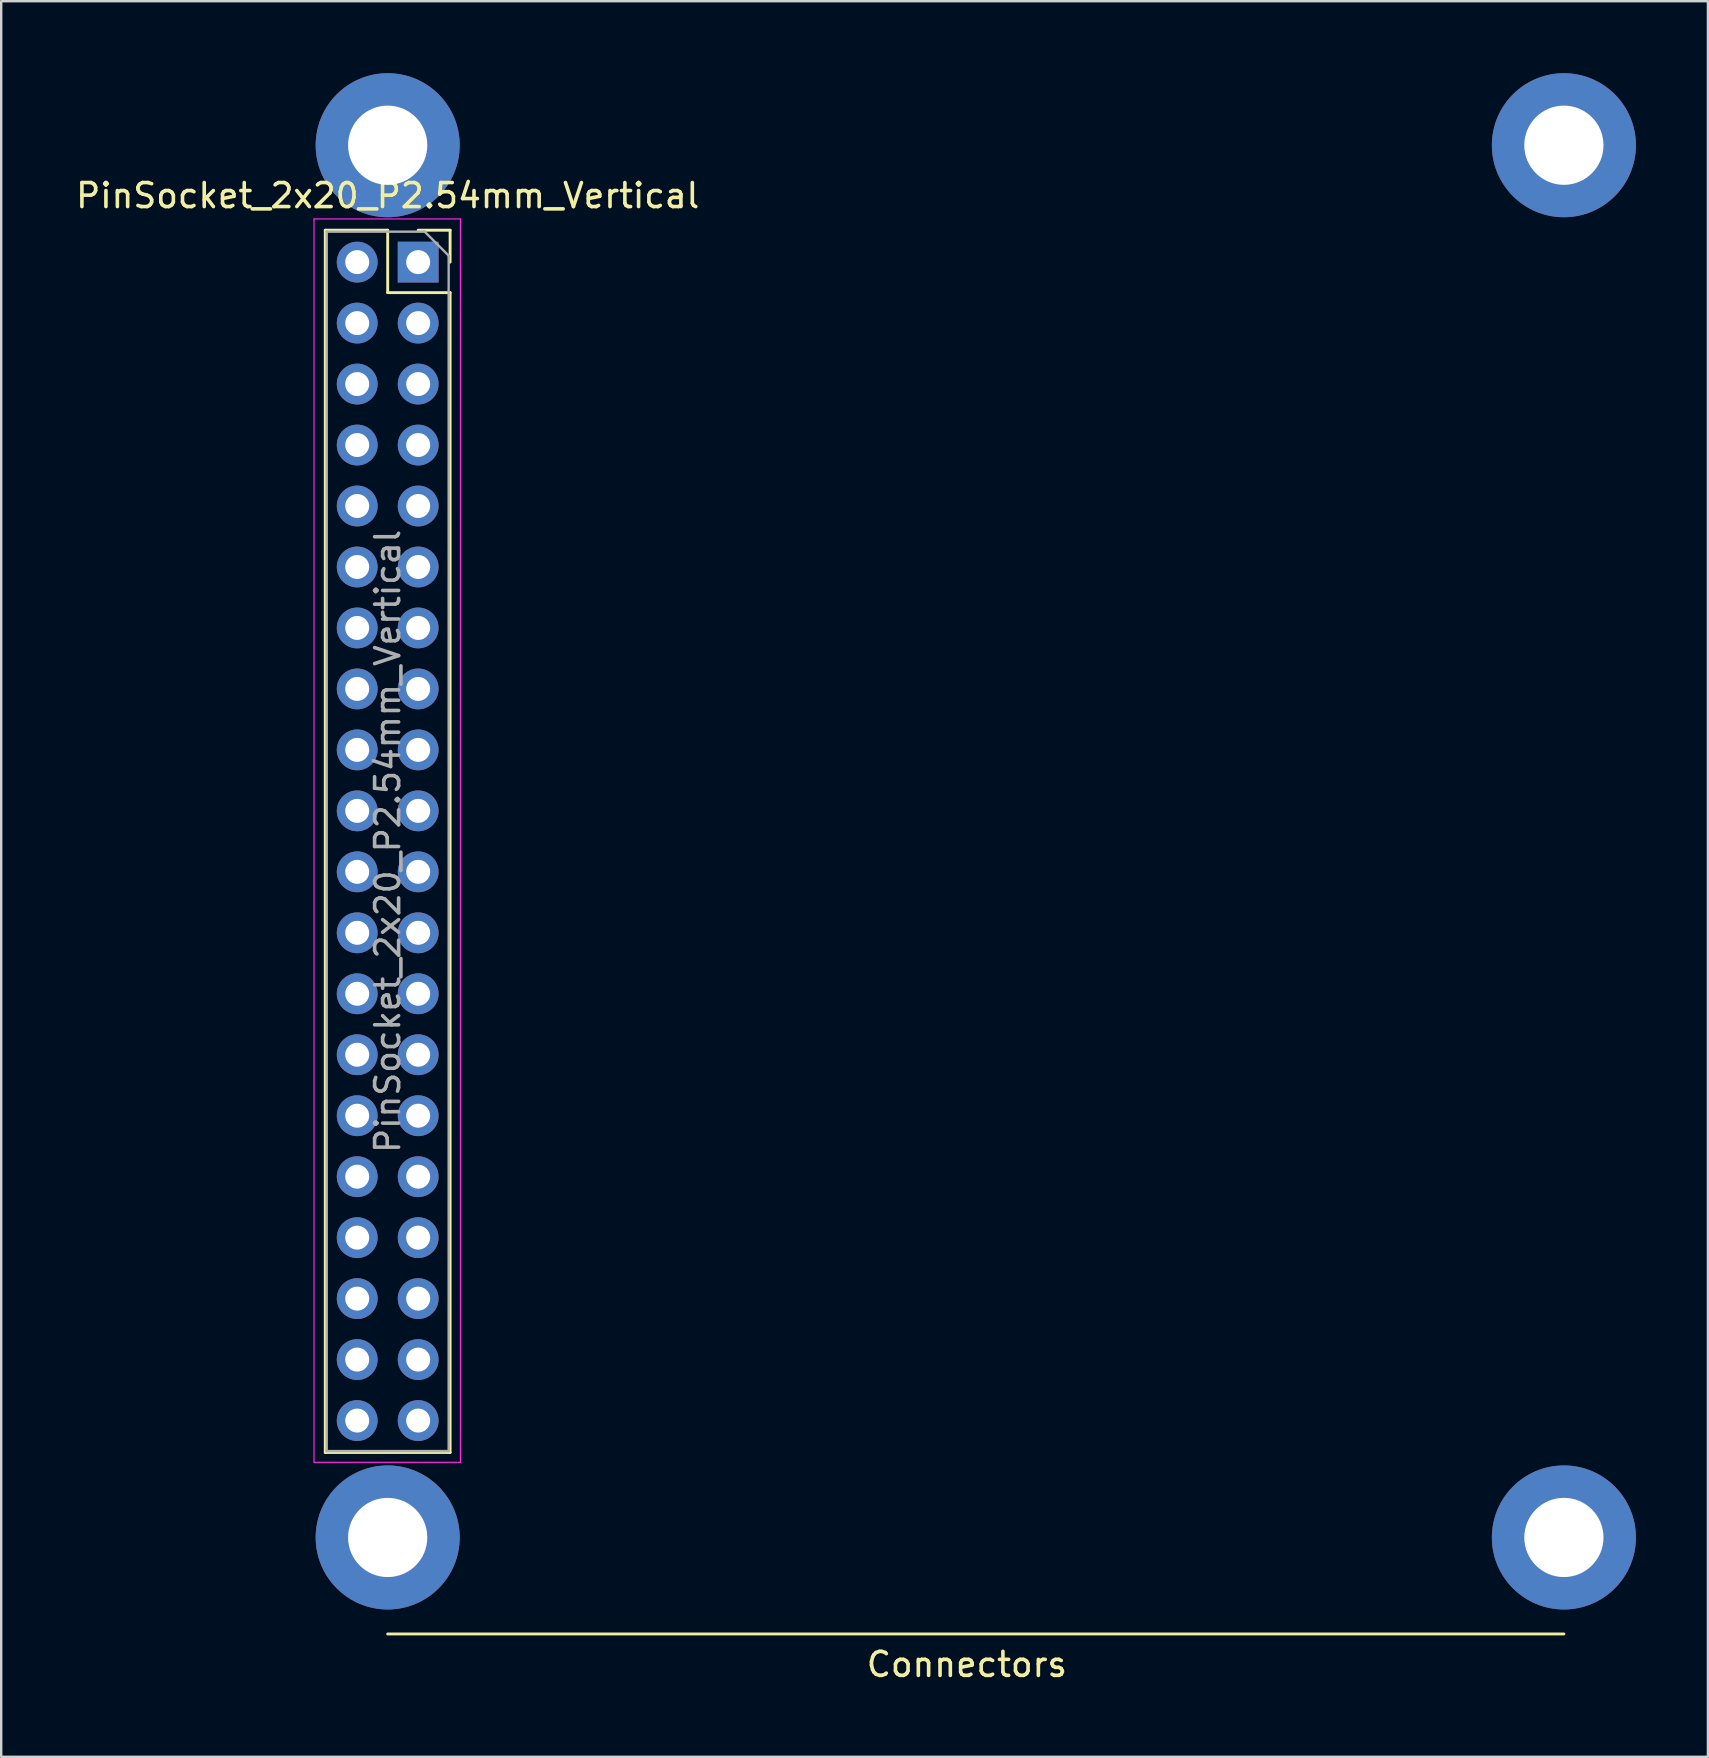
<source format=kicad_pcb>
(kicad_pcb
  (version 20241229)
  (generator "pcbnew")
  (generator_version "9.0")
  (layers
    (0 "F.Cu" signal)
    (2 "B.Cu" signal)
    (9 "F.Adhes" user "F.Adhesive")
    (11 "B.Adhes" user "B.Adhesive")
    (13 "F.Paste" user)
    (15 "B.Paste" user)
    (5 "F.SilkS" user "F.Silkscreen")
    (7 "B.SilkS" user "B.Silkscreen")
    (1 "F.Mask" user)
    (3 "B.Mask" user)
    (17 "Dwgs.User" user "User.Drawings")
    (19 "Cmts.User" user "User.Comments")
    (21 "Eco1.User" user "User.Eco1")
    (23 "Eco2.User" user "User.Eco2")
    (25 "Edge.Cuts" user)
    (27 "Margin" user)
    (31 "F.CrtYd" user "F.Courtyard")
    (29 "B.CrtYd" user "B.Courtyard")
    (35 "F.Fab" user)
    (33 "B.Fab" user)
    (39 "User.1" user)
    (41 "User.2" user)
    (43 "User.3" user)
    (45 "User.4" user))
  (footprint "PinSocket_2x20_P2.54mm_Vertical"
    (layer "F.Cu")
    (at 13.101 32)
    (property "Reference" "PinSocket_2x20_P2.54mm_Vertical" (at 0 -26.9 0) (layer "F.SilkS") (effects (font (size 1 1) (thickness 0.15))))
    (attr through_hole)
    (fp_line (start -2.6 -25.46) (end -2.6 25.46) (stroke (width 0.12) (type solid)) (layer "F.SilkS"))
    (fp_line (start -2.6 -25.46) (end 0 -25.46) (stroke (width 0.12) (type solid)) (layer "F.SilkS"))
    (fp_line (start -2.6 25.46) (end 2.6 25.46) (stroke (width 0.12) (type solid)) (layer "F.SilkS"))
    (fp_line (start 0 -25.46) (end 0 -22.86) (stroke (width 0.12) (type solid)) (layer "F.SilkS"))
    (fp_line (start 0 -22.86) (end 2.6 -22.86) (stroke (width 0.12) (type solid)) (layer "F.SilkS"))
    (fp_line (start 0 33.02) (end 49 33.02) (stroke (width 0.12) (type solid)) (layer "F.SilkS"))
    (fp_line (start 1.27 -25.46) (end 2.6 -25.46) (stroke (width 0.12) (type solid)) (layer "F.SilkS"))
    (fp_line (start 2.6 -25.46) (end 2.6 -24.13) (stroke (width 0.12) (type solid)) (layer "F.SilkS"))
    (fp_line (start 2.6 -22.86) (end 2.6 25.46) (stroke (width 0.12) (type solid)) (layer "F.SilkS"))
    (fp_line (start -3.07 -25.93) (end 3.03 -25.93) (stroke (width 0.05) (type solid)) (layer "F.CrtYd"))
    (fp_line (start -3.07 25.87) (end -3.07 -25.93) (stroke (width 0.05) (type solid)) (layer "F.CrtYd"))
    (fp_line (start 3.03 -25.93) (end 3.03 25.87) (stroke (width 0.05) (type solid)) (layer "F.CrtYd"))
    (fp_line (start 3.03 25.87) (end -3.07 25.87) (stroke (width 0.05) (type solid)) (layer "F.CrtYd"))
    (fp_line (start -2.54 -25.4) (end 1.54 -25.4) (stroke (width 0.1) (type solid)) (layer "F.Fab"))
    (fp_line (start -2.54 25.4) (end -2.54 -25.4) (stroke (width 0.1) (type solid)) (layer "F.Fab"))
    (fp_line (start 1.54 -25.4) (end 2.54 -24.4) (stroke (width 0.1) (type solid)) (layer "F.Fab"))
    (fp_line (start 2.54 -24.4) (end 2.54 25.4) (stroke (width 0.1) (type solid)) (layer "F.Fab"))
    (fp_line (start 2.54 25.4) (end -2.54 25.4) (stroke (width 0.1) (type solid)) (layer "F.Fab"))
    (fp_text user "Connectors" (at 24.13 34.29 0) (layer "F.SilkS") (effects (font (size 1 1) (thickness 0.15))))
    (fp_text user "${REFERENCE}" (at 0 0 90) (layer "F.Fab") (effects (font (size 1 1) (thickness 0.15))))
    (pad "1" thru_hole rect (at 1.27 -24.13) (size 1.7 1.7) (drill 1) (layers "*.Cu" "*.Mask"))
    (pad "2" thru_hole oval (at -1.27 -24.13) (size 1.7 1.7) (drill 1) (layers "*.Cu" "*.Mask"))
    (pad "3" thru_hole oval (at 1.27 -21.59) (size 1.7 1.7) (drill 1) (layers "*.Cu" "*.Mask"))
    (pad "4" thru_hole oval (at -1.27 -21.59) (size 1.7 1.7) (drill 1) (layers "*.Cu" "*.Mask"))
    (pad "5" thru_hole oval (at 1.27 -19.05) (size 1.7 1.7) (drill 1) (layers "*.Cu" "*.Mask"))
    (pad "6" thru_hole oval (at -1.27 -19.05) (size 1.7 1.7) (drill 1) (layers "*.Cu" "*.Mask"))
    (pad "7" thru_hole oval (at 1.27 -16.51) (size 1.7 1.7) (drill 1) (layers "*.Cu" "*.Mask"))
    (pad "8" thru_hole oval (at -1.27 -16.51) (size 1.7 1.7) (drill 1) (layers "*.Cu" "*.Mask"))
    (pad "9" thru_hole oval (at 1.27 -13.97) (size 1.7 1.7) (drill 1) (layers "*.Cu" "*.Mask"))
    (pad "10" thru_hole oval (at -1.27 -13.97) (size 1.7 1.7) (drill 1) (layers "*.Cu" "*.Mask"))
    (pad "11" thru_hole oval (at 1.27 -11.43) (size 1.7 1.7) (drill 1) (layers "*.Cu" "*.Mask"))
    (pad "12" thru_hole oval (at -1.27 -11.43) (size 1.7 1.7) (drill 1) (layers "*.Cu" "*.Mask"))
    (pad "13" thru_hole oval (at 1.27 -8.89) (size 1.7 1.7) (drill 1) (layers "*.Cu" "*.Mask"))
    (pad "14" thru_hole oval (at -1.27 -8.89) (size 1.7 1.7) (drill 1) (layers "*.Cu" "*.Mask"))
    (pad "15" thru_hole oval (at 1.27 -6.35) (size 1.7 1.7) (drill 1) (layers "*.Cu" "*.Mask"))
    (pad "16" thru_hole oval (at -1.27 -6.35) (size 1.7 1.7) (drill 1) (layers "*.Cu" "*.Mask"))
    (pad "17" thru_hole oval (at 1.27 -3.81) (size 1.7 1.7) (drill 1) (layers "*.Cu" "*.Mask"))
    (pad "18" thru_hole oval (at -1.27 -3.81) (size 1.7 1.7) (drill 1) (layers "*.Cu" "*.Mask"))
    (pad "19" thru_hole oval (at 1.27 -1.27) (size 1.7 1.7) (drill 1) (layers "*.Cu" "*.Mask"))
    (pad "20" thru_hole oval (at -1.27 -1.27) (size 1.7 1.7) (drill 1) (layers "*.Cu" "*.Mask"))
    (pad "21" thru_hole oval (at 1.27 1.27) (size 1.7 1.7) (drill 1) (layers "*.Cu" "*.Mask"))
    (pad "22" thru_hole oval (at -1.27 1.27) (size 1.7 1.7) (drill 1) (layers "*.Cu" "*.Mask"))
    (pad "23" thru_hole oval (at 1.27 3.81) (size 1.7 1.7) (drill 1) (layers "*.Cu" "*.Mask"))
    (pad "24" thru_hole oval (at -1.27 3.81) (size 1.7 1.7) (drill 1) (layers "*.Cu" "*.Mask"))
    (pad "25" thru_hole oval (at 1.27 6.35) (size 1.7 1.7) (drill 1) (layers "*.Cu" "*.Mask"))
    (pad "26" thru_hole oval (at -1.27 6.35) (size 1.7 1.7) (drill 1) (layers "*.Cu" "*.Mask"))
    (pad "27" thru_hole oval (at 1.27 8.89) (size 1.7 1.7) (drill 1) (layers "*.Cu" "*.Mask"))
    (pad "28" thru_hole oval (at -1.27 8.89) (size 1.7 1.7) (drill 1) (layers "*.Cu" "*.Mask"))
    (pad "29" thru_hole oval (at 1.27 11.43) (size 1.7 1.7) (drill 1) (layers "*.Cu" "*.Mask"))
    (pad "30" thru_hole oval (at -1.27 11.43) (size 1.7 1.7) (drill 1) (layers "*.Cu" "*.Mask"))
    (pad "31" thru_hole oval (at 1.27 13.97) (size 1.7 1.7) (drill 1) (layers "*.Cu" "*.Mask"))
    (pad "32" thru_hole oval (at -1.27 13.97) (size 1.7 1.7) (drill 1) (layers "*.Cu" "*.Mask"))
    (pad "33" thru_hole oval (at 1.27 16.51) (size 1.7 1.7) (drill 1) (layers "*.Cu" "*.Mask"))
    (pad "34" thru_hole oval (at -1.27 16.51) (size 1.7 1.7) (drill 1) (layers "*.Cu" "*.Mask"))
    (pad "35" thru_hole oval (at 1.27 19.05) (size 1.7 1.7) (drill 1) (layers "*.Cu" "*.Mask"))
    (pad "36" thru_hole oval (at -1.27 19.05) (size 1.7 1.7) (drill 1) (layers "*.Cu" "*.Mask"))
    (pad "37" thru_hole oval (at 1.27 21.59) (size 1.7 1.7) (drill 1) (layers "*.Cu" "*.Mask"))
    (pad "38" thru_hole oval (at -1.27 21.59) (size 1.7 1.7) (drill 1) (layers "*.Cu" "*.Mask"))
    (pad "39" thru_hole oval (at 1.27 24.13) (size 1.7 1.7) (drill 1) (layers "*.Cu" "*.Mask"))
    (pad "40" thru_hole oval (at -1.27 24.13) (size 1.7 1.7) (drill 1) (layers "*.Cu" "*.Mask"))
    (pad "41" thru_hole circle (at 0 -29) (size 6 6) (drill 3.3) (layers "*.Cu" "*.Mask"))
    (pad "41" thru_hole circle (at 0 29) (size 6 6) (drill 3.3) (layers "*.Cu" "*.Mask"))
    (pad "41" thru_hole circle (at 49 -29) (size 6 6) (drill 3.3) (layers "*.Cu" "*.Mask"))
    (pad "41" thru_hole circle (at 49 29) (size 6 6) (drill 3.3) (layers "*.Cu" "*.Mask")))
  (gr_rect
    (start -3 -3)
    (end 68.101 70.138)
    (stroke (width 0.1) (type default))
    (fill no)
    (layer "Edge.Cuts")))
</source>
